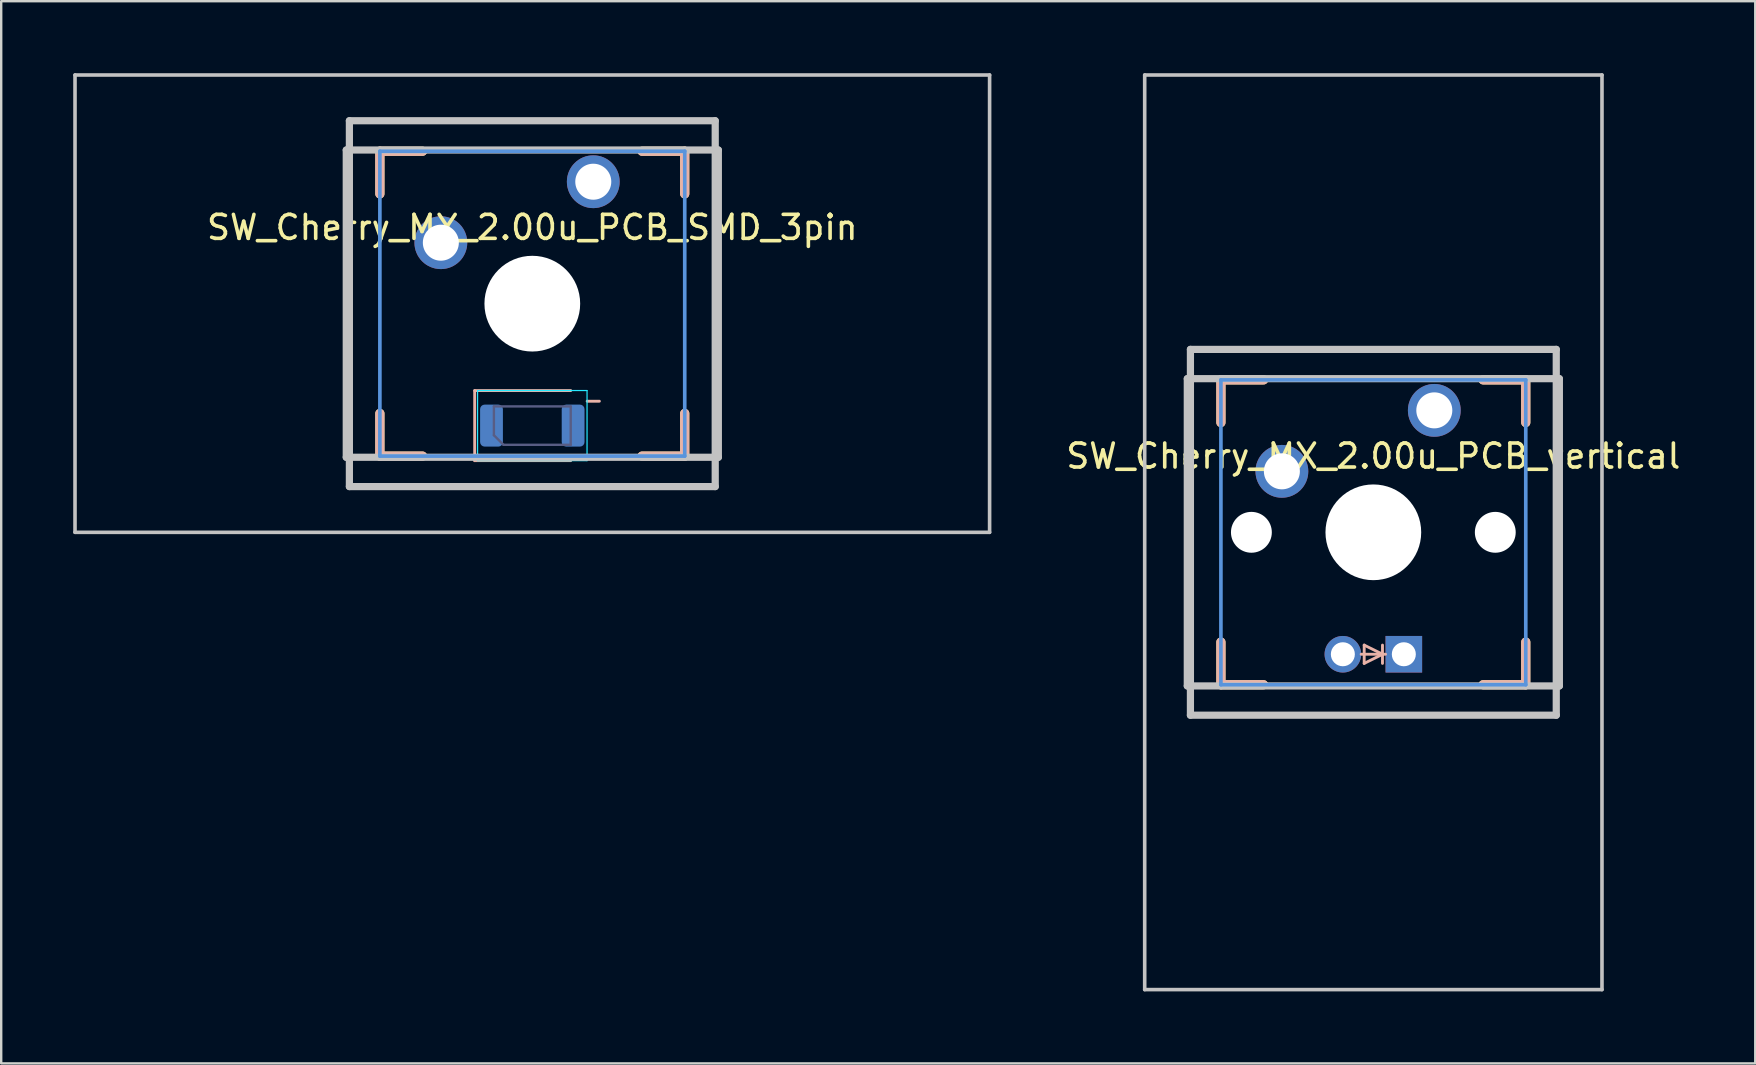
<source format=kicad_pcb>
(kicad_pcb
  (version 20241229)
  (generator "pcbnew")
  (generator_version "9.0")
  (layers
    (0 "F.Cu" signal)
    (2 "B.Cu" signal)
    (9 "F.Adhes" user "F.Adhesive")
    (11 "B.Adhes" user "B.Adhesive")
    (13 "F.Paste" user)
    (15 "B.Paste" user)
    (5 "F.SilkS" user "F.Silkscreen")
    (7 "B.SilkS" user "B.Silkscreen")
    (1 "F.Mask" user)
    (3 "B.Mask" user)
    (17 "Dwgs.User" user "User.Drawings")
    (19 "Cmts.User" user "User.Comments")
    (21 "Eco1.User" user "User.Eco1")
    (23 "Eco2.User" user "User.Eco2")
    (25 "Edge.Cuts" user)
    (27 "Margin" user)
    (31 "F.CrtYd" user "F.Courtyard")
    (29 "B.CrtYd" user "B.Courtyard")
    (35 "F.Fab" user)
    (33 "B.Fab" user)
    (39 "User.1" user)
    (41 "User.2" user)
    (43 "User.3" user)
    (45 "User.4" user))
  (footprint "SW_Cherry_MX_2.00u_PCB_vertical"
    (layer "F.Cu")
    (at 54.161 19.125)
    (property "Reference" "SW_Cherry_MX_2.00u_PCB_vertical" (at 0 -3.175 0) (layer "F.SilkS") (effects (font (size 1 1) (thickness 0.15))))
    (attr exclude_from_pos_files exclude_from_bom)
    (fp_line (start -6.35 -6.35) (end -4.572 -6.35) (stroke (width 0.381) (type solid)) (layer "F.SilkS"))
    (fp_line (start -6.35 -4.572) (end -6.35 -6.35) (stroke (width 0.381) (type solid)) (layer "F.SilkS"))
    (fp_line (start -6.35 6.35) (end -6.35 4.572) (stroke (width 0.381) (type solid)) (layer "F.SilkS"))
    (fp_line (start -4.572 6.35) (end -6.35 6.35) (stroke (width 0.381) (type solid)) (layer "F.SilkS"))
    (fp_line (start 4.572 -6.35) (end 6.35 -6.35) (stroke (width 0.381) (type solid)) (layer "F.SilkS"))
    (fp_line (start 6.35 -6.35) (end 6.35 -4.572) (stroke (width 0.381) (type solid)) (layer "F.SilkS"))
    (fp_line (start 6.35 4.572) (end 6.35 6.35) (stroke (width 0.381) (type solid)) (layer "F.SilkS"))
    (fp_line (start 6.35 6.35) (end 4.572 6.35) (stroke (width 0.381) (type solid)) (layer "F.SilkS"))
    (fp_line (start -6.35 -6.35) (end -6.35 -4.572) (stroke (width 0.381) (type solid)) (layer "B.SilkS"))
    (fp_line (start -6.35 4.572) (end -6.35 6.35) (stroke (width 0.381) (type solid)) (layer "B.SilkS"))
    (fp_line (start -6.35 6.35) (end -4.572 6.35) (stroke (width 0.381) (type solid)) (layer "B.SilkS"))
    (fp_line (start -4.572 -6.35) (end -6.35 -6.35) (stroke (width 0.381) (type solid)) (layer "B.SilkS"))
    (fp_line (start -0.381 4.699) (end 0.381 5.08) (stroke (width 0.12) (type solid)) (layer "B.SilkS"))
    (fp_line (start -0.381 5.461) (end -0.381 4.699) (stroke (width 0.12) (type solid)) (layer "B.SilkS"))
    (fp_line (start -0.381 5.461) (end 0.381 5.08) (stroke (width 0.12) (type solid)) (layer "B.SilkS"))
    (fp_line (start 0.381 5.461) (end 0.381 4.699) (stroke (width 0.12) (type solid)) (layer "B.SilkS"))
    (fp_line (start 0.508 5.08) (end -0.508 5.08) (stroke (width 0.12) (type solid)) (layer "B.SilkS"))
    (fp_line (start 4.572 6.35) (end 6.35 6.35) (stroke (width 0.381) (type solid)) (layer "B.SilkS"))
    (fp_line (start 6.35 -6.35) (end 4.572 -6.35) (stroke (width 0.381) (type solid)) (layer "B.SilkS"))
    (fp_line (start 6.35 -4.572) (end 6.35 -6.35) (stroke (width 0.381) (type solid)) (layer "B.SilkS"))
    (fp_line (start 6.35 6.35) (end 6.35 4.572) (stroke (width 0.381) (type solid)) (layer "B.SilkS"))
    (fp_line (start -9.525 -19.05) (end 9.525 -19.05) (stroke (width 0.15) (type solid)) (layer "Dwgs.User"))
    (fp_line (start -9.525 19.05) (end -9.525 -19.05) (stroke (width 0.15) (type solid)) (layer "Dwgs.User"))
    (fp_line (start -7.75 6.4) (end -7.75 -6.4) (stroke (width 0.3) (type solid)) (layer "Dwgs.User"))
    (fp_line (start -7.75 6.4) (end 7.75 6.4) (stroke (width 0.3) (type solid)) (layer "Dwgs.User"))
    (fp_line (start -7.62 -7.62) (end 7.62 -7.62) (stroke (width 0.3) (type solid)) (layer "Dwgs.User"))
    (fp_line (start -7.62 7.62) (end -7.62 -7.62) (stroke (width 0.3) (type solid)) (layer "Dwgs.User"))
    (fp_line (start 7.62 -7.62) (end 7.62 7.62) (stroke (width 0.3) (type solid)) (layer "Dwgs.User"))
    (fp_line (start 7.62 7.62) (end -7.62 7.62) (stroke (width 0.3) (type solid)) (layer "Dwgs.User"))
    (fp_line (start 7.75 -6.4) (end -7.75 -6.4) (stroke (width 0.3) (type solid)) (layer "Dwgs.User"))
    (fp_line (start 7.75 6.4) (end 7.75 -6.4) (stroke (width 0.3) (type solid)) (layer "Dwgs.User"))
    (fp_line (start 9.525 -19.05) (end 9.525 19.05) (stroke (width 0.15) (type solid)) (layer "Dwgs.User"))
    (fp_line (start 9.525 19.05) (end -9.525 19.05) (stroke (width 0.15) (type solid)) (layer "Dwgs.User"))
    (fp_line (start -6.35 -6.35) (end 6.35 -6.35) (stroke (width 0.152) (type solid)) (layer "Cmts.User"))
    (fp_line (start -6.35 6.35) (end -6.35 -6.35) (stroke (width 0.152) (type solid)) (layer "Cmts.User"))
    (fp_line (start 6.35 -6.35) (end 6.35 6.35) (stroke (width 0.152) (type solid)) (layer "Cmts.User"))
    (fp_line (start 6.35 6.35) (end -6.35 6.35) (stroke (width 0.152) (type solid)) (layer "Cmts.User"))
    (fp_line (start -6.985 -6.985) (end 6.985 -6.985) (stroke (width 0.152) (type solid)) (layer "Eco2.User"))
    (fp_line (start -6.985 6.985) (end -6.985 -6.985) (stroke (width 0.152) (type solid)) (layer "Eco2.User"))
    (fp_line (start 6.985 -6.985) (end 6.985 6.985) (stroke (width 0.152) (type solid)) (layer "Eco2.User"))
    (fp_line (start 6.985 6.985) (end -6.985 6.985) (stroke (width 0.152) (type solid)) (layer "Eco2.User"))
    (pad "" np_thru_hole circle (at -5.08 0) (size 1.702 1.702) (drill 1.702) (layers "*.Cu" "*.Mask"))
    (pad "" np_thru_hole circle (at 0 0) (size 3.988 3.988) (drill 3.988) (layers "*.Cu" "*.Mask"))
    (pad "" np_thru_hole circle (at 5.08 0) (size 1.702 1.702) (drill 1.702) (layers "*.Cu" "*.Mask"))
    (pad "1" thru_hole circle (at -3.81 -2.54) (size 2.2 2.2) (drill 1.5) (layers "*.Cu" "*.Mask"))
    (pad "2" thru_hole circle (at 2.54 -5.08) (size 2.2 2.2) (drill 1.5) (layers "*.Cu" "*.Mask"))
    (pad "3" thru_hole rect (at 1.27 5.08 180) (size 1.524 1.524) (drill 1) (layers "*.Cu" "*.Mask"))
    (pad "4" thru_hole circle (at -1.27 5.08 180) (size 1.524 1.524) (drill 1) (layers "*.Cu" "*.Mask")))
  (footprint "SW_Cherry_MX_2.00u_PCB_SMD_3pin"
    (layer "F.Cu")
    (at 19.125 9.6)
    (property "Reference" "SW_Cherry_MX_2.00u_PCB_SMD_3pin" (at 0 -3.175 0) (layer "F.SilkS") (effects (font (size 1 1) (thickness 0.15))))
    (attr exclude_from_pos_files exclude_from_bom)
    (fp_line (start -6.35 -6.35) (end -4.572 -6.35) (stroke (width 0.381) (type solid)) (layer "F.SilkS"))
    (fp_line (start -6.35 -4.572) (end -6.35 -6.35) (stroke (width 0.381) (type solid)) (layer "F.SilkS"))
    (fp_line (start -6.35 6.35) (end -6.35 4.572) (stroke (width 0.381) (type solid)) (layer "F.SilkS"))
    (fp_line (start -4.572 6.35) (end -6.35 6.35) (stroke (width 0.381) (type solid)) (layer "F.SilkS"))
    (fp_line (start 4.572 -6.35) (end 6.35 -6.35) (stroke (width 0.381) (type solid)) (layer "F.SilkS"))
    (fp_line (start 6.35 -6.35) (end 6.35 -4.572) (stroke (width 0.381) (type solid)) (layer "F.SilkS"))
    (fp_line (start 6.35 4.572) (end 6.35 6.35) (stroke (width 0.381) (type solid)) (layer "F.SilkS"))
    (fp_line (start 6.35 6.35) (end 4.572 6.35) (stroke (width 0.381) (type solid)) (layer "F.SilkS"))
    (fp_line (start -6.35 -6.35) (end -6.35 -4.572) (stroke (width 0.381) (type solid)) (layer "B.SilkS"))
    (fp_line (start -6.35 4.572) (end -6.35 6.35) (stroke (width 0.381) (type solid)) (layer "B.SilkS"))
    (fp_line (start -6.35 6.35) (end -4.572 6.35) (stroke (width 0.381) (type solid)) (layer "B.SilkS"))
    (fp_line (start -4.572 -6.35) (end -6.35 -6.35) (stroke (width 0.381) (type solid)) (layer "B.SilkS"))
    (fp_line (start -2.4 3.62) (end 1.6 3.62) (stroke (width 0.12) (type solid)) (layer "B.SilkS"))
    (fp_line (start -2.4 6.54) (end -2.4 3.62) (stroke (width 0.12) (type solid)) (layer "B.SilkS"))
    (fp_line (start 1.6 6.54) (end -2.4 6.54) (stroke (width 0.12) (type solid)) (layer "B.SilkS"))
    (fp_line (start 2.286 4.064) (end 2.794 4.064) (stroke (width 0.12) (type solid)) (layer "B.SilkS"))
    (fp_line (start 4.572 6.35) (end 6.35 6.35) (stroke (width 0.381) (type solid)) (layer "B.SilkS"))
    (fp_line (start 6.35 -6.35) (end 4.572 -6.35) (stroke (width 0.381) (type solid)) (layer "B.SilkS"))
    (fp_line (start 6.35 -4.572) (end 6.35 -6.35) (stroke (width 0.381) (type solid)) (layer "B.SilkS"))
    (fp_line (start 6.35 6.35) (end 6.35 4.572) (stroke (width 0.381) (type solid)) (layer "B.SilkS"))
    (fp_line (start -19.05 -9.525) (end 19.05 -9.525) (stroke (width 0.15) (type solid)) (layer "Dwgs.User"))
    (fp_line (start -19.05 9.525) (end -19.05 -9.525) (stroke (width 0.15) (type solid)) (layer "Dwgs.User"))
    (fp_line (start -7.75 6.4) (end -7.75 -6.4) (stroke (width 0.3) (type solid)) (layer "Dwgs.User"))
    (fp_line (start -7.75 6.4) (end 7.75 6.4) (stroke (width 0.3) (type solid)) (layer "Dwgs.User"))
    (fp_line (start -7.62 -7.62) (end 7.62 -7.62) (stroke (width 0.3) (type solid)) (layer "Dwgs.User"))
    (fp_line (start -7.62 7.62) (end -7.62 -7.62) (stroke (width 0.3) (type solid)) (layer "Dwgs.User"))
    (fp_line (start 7.62 -7.62) (end 7.62 7.62) (stroke (width 0.3) (type solid)) (layer "Dwgs.User"))
    (fp_line (start 7.62 7.62) (end -7.62 7.62) (stroke (width 0.3) (type solid)) (layer "Dwgs.User"))
    (fp_line (start 7.75 -6.4) (end -7.75 -6.4) (stroke (width 0.3) (type solid)) (layer "Dwgs.User"))
    (fp_line (start 7.75 6.4) (end 7.75 -6.4) (stroke (width 0.3) (type solid)) (layer "Dwgs.User"))
    (fp_line (start 19.05 -9.525) (end 19.05 9.525) (stroke (width 0.15) (type solid)) (layer "Dwgs.User"))
    (fp_line (start 19.05 9.525) (end -19.05 9.525) (stroke (width 0.15) (type solid)) (layer "Dwgs.User"))
    (fp_line (start -6.35 -6.35) (end 6.35 -6.35) (stroke (width 0.152) (type solid)) (layer "Cmts.User"))
    (fp_line (start -6.35 6.35) (end -6.35 -6.35) (stroke (width 0.152) (type solid)) (layer "Cmts.User"))
    (fp_line (start 6.35 -6.35) (end 6.35 6.35) (stroke (width 0.152) (type solid)) (layer "Cmts.User"))
    (fp_line (start 6.35 6.35) (end -6.35 6.35) (stroke (width 0.152) (type solid)) (layer "Cmts.User"))
    (fp_line (start -6.985 -6.985) (end 6.985 -6.985) (stroke (width 0.152) (type solid)) (layer "Eco2.User"))
    (fp_line (start -6.985 6.985) (end -6.985 -6.985) (stroke (width 0.152) (type solid)) (layer "Eco2.User"))
    (fp_line (start 6.985 -6.985) (end 6.985 6.985) (stroke (width 0.152) (type solid)) (layer "Eco2.User"))
    (fp_line (start 6.985 6.985) (end -6.985 6.985) (stroke (width 0.152) (type solid)) (layer "Eco2.User"))
    (fp_line (start -2.28 3.62) (end -2.28 6.54) (stroke (width 0.05) (type solid)) (layer "B.CrtYd"))
    (fp_line (start -2.28 6.54) (end 2.28 6.54) (stroke (width 0.05) (type solid)) (layer "B.CrtYd"))
    (fp_line (start 2.28 3.62) (end -2.28 3.62) (stroke (width 0.05) (type solid)) (layer "B.CrtYd"))
    (fp_line (start 2.28 6.54) (end 2.28 3.62) (stroke (width 0.05) (type solid)) (layer "B.CrtYd"))
    (fp_line (start -1.6 4.28) (end 1.6 4.28) (stroke (width 0.1) (type solid)) (layer "B.Fab"))
    (fp_line (start -1.6 5.48) (end -1.6 4.28) (stroke (width 0.1) (type solid)) (layer "B.Fab"))
    (fp_line (start -1.2 5.88) (end -1.6 5.48) (stroke (width 0.1) (type solid)) (layer "B.Fab"))
    (fp_line (start 1.6 4.28) (end 1.6 5.88) (stroke (width 0.1) (type solid)) (layer "B.Fab"))
    (fp_line (start 1.6 5.88) (end -1.2 5.88) (stroke (width 0.1) (type solid)) (layer "B.Fab"))
    (pad "" np_thru_hole circle (at 0 0) (size 3.988 3.988) (drill 3.988) (layers "*.Cu" "*.Mask"))
    (pad "1" thru_hole circle (at -3.81 -2.54) (size 2.2 2.2) (drill 1.5) (layers "*.Cu" "*.Mask"))
    (pad "2" thru_hole circle (at 2.54 -5.08) (size 2.2 2.2) (drill 1.5) (layers "*.Cu" "*.Mask"))
    (pad "3" smd roundrect (at 1.7 5.08) (size 0.95 1.75) (layers "B.Cu" "B.Mask" "B.Paste") (roundrect_rratio 0.2))
    (pad "4" smd roundrect (at -1.7 5.08) (size 0.95 1.75) (layers "B.Cu" "B.Mask" "B.Paste") (roundrect_rratio 0.2)))
  (gr_rect
    (start -3 -3)
    (end 70.071 41.25)
    (stroke (width 0.1) (type default))
    (fill no)
    (layer "Edge.Cuts")))
</source>
